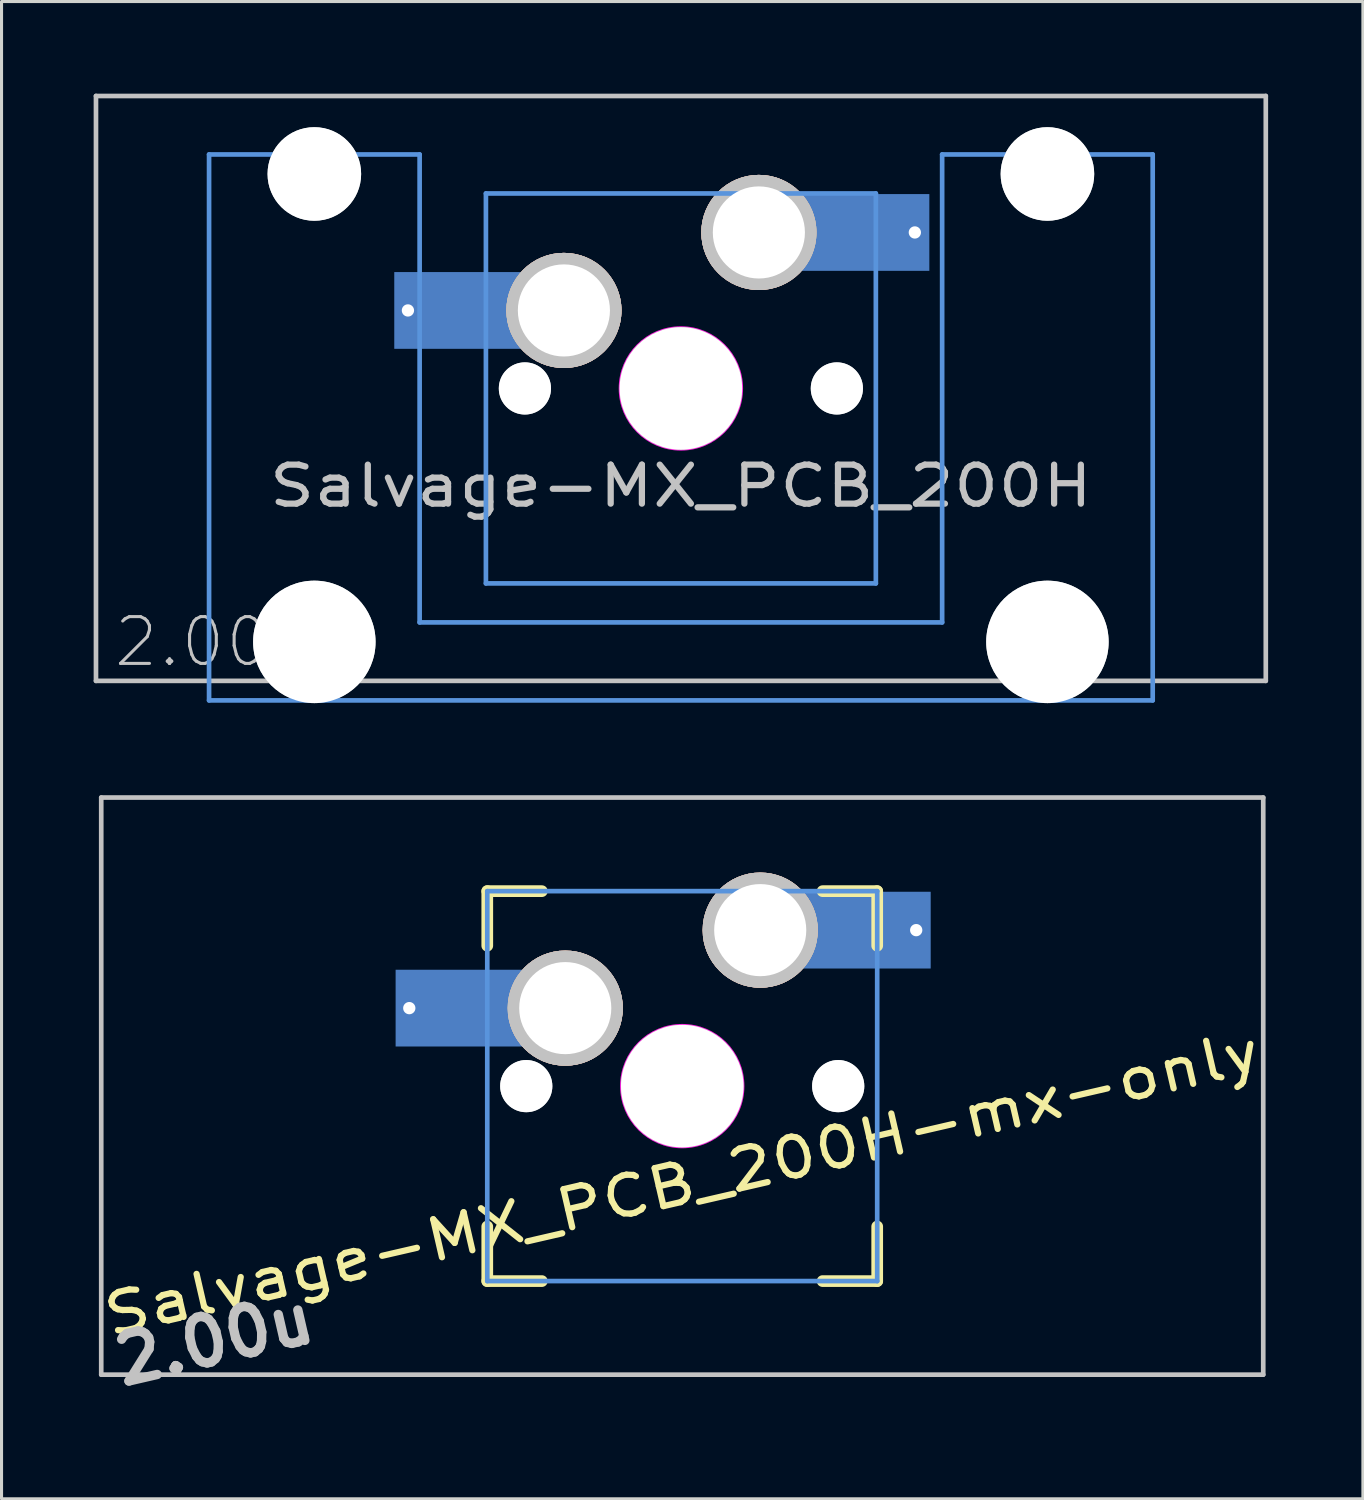
<source format=kicad_pcb>
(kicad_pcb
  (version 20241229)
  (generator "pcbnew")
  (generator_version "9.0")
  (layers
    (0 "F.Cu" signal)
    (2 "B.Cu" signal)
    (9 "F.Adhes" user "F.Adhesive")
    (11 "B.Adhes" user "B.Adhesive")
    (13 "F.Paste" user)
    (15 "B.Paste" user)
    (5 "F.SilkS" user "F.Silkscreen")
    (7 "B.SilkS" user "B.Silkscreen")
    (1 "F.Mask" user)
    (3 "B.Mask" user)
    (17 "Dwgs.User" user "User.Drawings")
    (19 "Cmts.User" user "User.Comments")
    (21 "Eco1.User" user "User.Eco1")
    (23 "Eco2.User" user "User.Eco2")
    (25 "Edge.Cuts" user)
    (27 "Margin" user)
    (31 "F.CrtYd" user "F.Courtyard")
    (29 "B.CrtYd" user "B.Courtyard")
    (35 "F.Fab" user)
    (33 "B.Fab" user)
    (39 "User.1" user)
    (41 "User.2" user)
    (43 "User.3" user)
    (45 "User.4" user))
  (footprint "Salvage-MX_PCB_200H-mx-only"
    (layer "F.Cu")
    (at 19.17 32.324)
    (property "Reference" "Salvage-MX_PCB_200H-mx-only" (at 0 3.175 13) (layer "F.SilkS") (effects (font (size 1.27 1.524) (thickness 0.203))))
    (fp_line (start -6.35 -6.35) (end -4.572 -6.35) (stroke (width 0.381) (type solid)) (layer "F.SilkS"))
    (fp_line (start -6.35 -4.572) (end -6.35 -6.35) (stroke (width 0.381) (type solid)) (layer "F.SilkS"))
    (fp_line (start -6.35 6.35) (end -6.35 4.572) (stroke (width 0.381) (type solid)) (layer "F.SilkS"))
    (fp_line (start -4.572 6.35) (end -6.35 6.35) (stroke (width 0.381) (type solid)) (layer "F.SilkS"))
    (fp_line (start 4.572 -6.35) (end 6.35 -6.35) (stroke (width 0.381) (type solid)) (layer "F.SilkS"))
    (fp_line (start 6.35 -6.35) (end 6.35 -4.572) (stroke (width 0.381) (type solid)) (layer "F.SilkS"))
    (fp_line (start 6.35 4.572) (end 6.35 6.35) (stroke (width 0.381) (type solid)) (layer "F.SilkS"))
    (fp_line (start 6.35 6.35) (end 4.572 6.35) (stroke (width 0.381) (type solid)) (layer "F.SilkS"))
    (fp_line (start -18.923 -9.398) (end 18.923 -9.398) (stroke (width 0.152) (type solid)) (layer "Dwgs.User"))
    (fp_line (start -18.923 9.398) (end -18.923 -9.398) (stroke (width 0.152) (type solid)) (layer "Dwgs.User"))
    (fp_line (start 18.923 -9.398) (end 18.923 9.398) (stroke (width 0.152) (type solid)) (layer "Dwgs.User"))
    (fp_line (start 18.923 9.398) (end -18.923 9.398) (stroke (width 0.152) (type solid)) (layer "Dwgs.User"))
    (fp_line (start -6.35 -6.35) (end 6.35 -6.35) (stroke (width 0.152) (type solid)) (layer "Cmts.User"))
    (fp_line (start -6.35 6.35) (end -6.35 -6.35) (stroke (width 0.152) (type solid)) (layer "Cmts.User"))
    (fp_line (start 6.35 -6.35) (end 6.35 6.35) (stroke (width 0.152) (type solid)) (layer "Cmts.User"))
    (fp_line (start 6.35 6.35) (end -6.35 6.35) (stroke (width 0.152) (type solid)) (layer "Cmts.User"))
    (fp_circle (center 0 0) (end 2 0) (stroke (width 0.05) (type solid)) (fill no) (layer "F.CrtYd"))
    (fp_text user "2.00u" (at -15.24 8.255 13) (layer "Dwgs.User") (effects (font (size 1.524 1.524) (thickness 0.305))))
    (pad "" smd rect (at -7.085 -2.54) (size 2.55 2.5) (layers "B.Mask" "B.Paste"))
    (pad "" np_thru_hole circle (at -5.08 0 13) (size 1.7 1.7) (drill 1.7) (layers "*.Cu" "Dwgs.User"))
    (pad "" np_thru_hole circle (at 0 0 13) (size 3.988 3.988) (drill 3.988) (layers "*.Cu" "Dwgs.User"))
    (pad "" np_thru_hole circle (at 5.08 0 13) (size 1.7 1.7) (drill 1.7) (layers "*.Cu" "Dwgs.User"))
    (pad "" smd rect (at 5.815 -5.08) (size 2.55 2.5) (layers "B.Mask" "B.Paste"))
    (pad "1" thru_hole circle (at 2.54 -5.08) (size 3.75 3.75) (drill 3) (layers "*.Cu" "*.SilkS" "*.Mask" "Dwgs.User"))
    (pad "1" smd rect (at 5.842 -5.08) (size 4.5 2.5) (layers "B.Cu"))
    (pad "1" thru_hole circle (at 7.62 -5.08) (size 0.8 0.8) (drill 0.4) (layers "*.Cu"))
    (pad "2" thru_hole circle (at -8.89 -2.54) (size 0.8 0.8) (drill 0.4) (layers "*.Cu"))
    (pad "2" smd rect (at -7.085 -2.54) (size 4.5 2.5) (layers "B.Cu"))
    (pad "2" thru_hole circle (at -3.81 -2.54) (size 3.75 3.75) (drill 3) (layers "*.Cu" "*.SilkS" "*.Mask" "Dwgs.User")))
  (footprint "Salvage-MX_PCB_200H"
    (layer "F.Cu")
    (at 19.126 9.601)
    (property "Reference" "Salvage-MX_PCB_200H" (at 0 3.175 0) (layer "Dwgs.User") (effects (font (size 1.27 1.524) (thickness 0.203))))
    (fp_line (start -19.05 -9.525) (end 19.05 -9.525) (stroke (width 0.152) (type solid)) (layer "Dwgs.User"))
    (fp_line (start -19.05 9.525) (end -19.05 -9.525) (stroke (width 0.152) (type solid)) (layer "Dwgs.User"))
    (fp_line (start 19.05 -9.525) (end 19.05 9.525) (stroke (width 0.152) (type solid)) (layer "Dwgs.User"))
    (fp_line (start 19.05 9.525) (end -19.05 9.525) (stroke (width 0.152) (type solid)) (layer "Dwgs.User"))
    (fp_line (start -15.367 -7.62) (end -15.367 10.16) (stroke (width 0.152) (type solid)) (layer "Cmts.User"))
    (fp_line (start -15.367 10.16) (end 15.367 10.16) (stroke (width 0.152) (type solid)) (layer "Cmts.User"))
    (fp_line (start -8.509 -7.62) (end -15.367 -7.62) (stroke (width 0.152) (type solid)) (layer "Cmts.User"))
    (fp_line (start -8.509 7.62) (end -8.509 -7.62) (stroke (width 0.152) (type solid)) (layer "Cmts.User"))
    (fp_line (start -6.35 -6.35) (end 6.35 -6.35) (stroke (width 0.152) (type solid)) (layer "Cmts.User"))
    (fp_line (start -6.35 6.35) (end -6.35 -6.35) (stroke (width 0.152) (type solid)) (layer "Cmts.User"))
    (fp_line (start 6.35 -6.35) (end 6.35 6.35) (stroke (width 0.152) (type solid)) (layer "Cmts.User"))
    (fp_line (start 6.35 6.35) (end -6.35 6.35) (stroke (width 0.152) (type solid)) (layer "Cmts.User"))
    (fp_line (start 8.509 -7.62) (end 8.509 7.62) (stroke (width 0.152) (type solid)) (layer "Cmts.User"))
    (fp_line (start 8.509 7.62) (end -8.509 7.62) (stroke (width 0.152) (type solid)) (layer "Cmts.User"))
    (fp_line (start 15.367 -7.62) (end 8.509 -7.62) (stroke (width 0.152) (type solid)) (layer "Cmts.User"))
    (fp_line (start 15.367 10.16) (end 15.367 -7.62) (stroke (width 0.152) (type solid)) (layer "Cmts.User"))
    (fp_curve (pts (xy -15.46 -7.995) (xy -15.46 -7.995) (xy -15.46 8.005) (xy -15.46 8.005)) (stroke (width 0.3) (type solid)) (layer "Eco2.User"))
    (fp_curve (pts (xy -15.46 8.005) (xy -15.46 8.555) (xy -15.01 9.005) (xy -14.46 9.005)) (stroke (width 0.3) (type solid)) (layer "Eco2.User"))
    (fp_curve (pts (xy -14.46 -8.995) (xy -15.01 -8.995) (xy -15.46 -8.545) (xy -15.46 -7.995)) (stroke (width 0.3) (type solid)) (layer "Eco2.User"))
    (fp_curve (pts (xy -14.46 9.005) (xy -14.46 9.005) (xy -9.41 9.005) (xy -9.41 9.005)) (stroke (width 0.3) (type solid)) (layer "Eco2.User"))
    (fp_curve (pts (xy -9.41 -8.995) (xy -9.41 -8.995) (xy -14.46 -8.995) (xy -14.46 -8.995)) (stroke (width 0.3) (type solid)) (layer "Eco2.User"))
    (fp_curve (pts (xy -9.41 9.005) (xy -8.86 9.005) (xy -8.41 8.555) (xy -8.41 8.005)) (stroke (width 0.3) (type solid)) (layer "Eco2.User"))
    (fp_curve (pts (xy -8.41 -7.995) (xy -8.41 -8.545) (xy -8.86 -8.995) (xy -9.41 -8.995)) (stroke (width 0.3) (type solid)) (layer "Eco2.User"))
    (fp_curve (pts (xy -8.41 8.005) (xy -8.41 8.005) (xy -8.41 -7.995) (xy -8.41 -7.995)) (stroke (width 0.3) (type solid)) (layer "Eco2.User"))
    (fp_curve (pts (xy -7 -6.001) (xy -7 -6.551) (xy -6.55 -7.001) (xy -6 -7.001)) (stroke (width 0.3) (type solid)) (layer "Eco2.User"))
    (fp_curve (pts (xy -7 5.999) (xy -7 5.999) (xy -7 -6.001) (xy -7 -6.001)) (stroke (width 0.3) (type solid)) (layer "Eco2.User"))
    (fp_curve (pts (xy -6 -7.001) (xy -6 -7.001) (xy 6 -7.001) (xy 6 -7.001)) (stroke (width 0.3) (type solid)) (layer "Eco2.User"))
    (fp_curve (pts (xy -6 6.999) (xy -6.55 6.999) (xy -7 6.549) (xy -7 5.999)) (stroke (width 0.3) (type solid)) (layer "Eco2.User"))
    (fp_curve (pts (xy 6 -7.001) (xy 6.55 -7.001) (xy 7 -6.551) (xy 7 -6.001)) (stroke (width 0.3) (type solid)) (layer "Eco2.User"))
    (fp_curve (pts (xy 6 6.999) (xy 6 6.999) (xy -6 6.999) (xy -6 6.999)) (stroke (width 0.3) (type solid)) (layer "Eco2.User"))
    (fp_curve (pts (xy 7 -6.001) (xy 7 -6.001) (xy 7 5.999) (xy 7 5.999)) (stroke (width 0.3) (type solid)) (layer "Eco2.User"))
    (fp_curve (pts (xy 7 5.999) (xy 7 6.549) (xy 6.55 6.999) (xy 6 6.999)) (stroke (width 0.3) (type solid)) (layer "Eco2.User"))
    (fp_curve (pts (xy 8.406 -7.995) (xy 8.406 -8.545) (xy 8.856 -8.995) (xy 9.406 -8.995)) (stroke (width 0.3) (type solid)) (layer "Eco2.User"))
    (fp_curve (pts (xy 8.406 8.005) (xy 8.406 8.005) (xy 8.406 -7.995) (xy 8.406 -7.995)) (stroke (width 0.3) (type solid)) (layer "Eco2.User"))
    (fp_curve (pts (xy 9.406 -8.995) (xy 9.406 -8.995) (xy 14.456 -8.995) (xy 14.456 -8.995)) (stroke (width 0.3) (type solid)) (layer "Eco2.User"))
    (fp_curve (pts (xy 9.406 9.005) (xy 8.856 9.005) (xy 8.406 8.555) (xy 8.406 8.005)) (stroke (width 0.3) (type solid)) (layer "Eco2.User"))
    (fp_curve (pts (xy 14.456 -8.995) (xy 15.006 -8.995) (xy 15.456 -8.545) (xy 15.456 -7.995)) (stroke (width 0.3) (type solid)) (layer "Eco2.User"))
    (fp_curve (pts (xy 14.456 9.005) (xy 14.456 9.005) (xy 9.406 9.005) (xy 9.406 9.005)) (stroke (width 0.3) (type solid)) (layer "Eco2.User"))
    (fp_curve (pts (xy 15.456 -7.995) (xy 15.456 -7.995) (xy 15.456 8.005) (xy 15.456 8.005)) (stroke (width 0.3) (type solid)) (layer "Eco2.User"))
    (fp_curve (pts (xy 15.456 8.005) (xy 15.456 8.555) (xy 15.006 9.005) (xy 14.456 9.005)) (stroke (width 0.3) (type solid)) (layer "Eco2.User"))
    (fp_circle (center 0 0) (end 2 0) (stroke (width 0.05) (type solid)) (fill no) (layer "F.CrtYd"))
    (fp_text user "2.00u" (at -15.24 8.255 0) (layer "Dwgs.User") (effects (font (size 1.524 1.524) (thickness 0.1))))
    (pad "" np_thru_hole circle (at -11.938 -6.985) (size 3.048 3.048) (drill 3.048) (layers "*.Cu" "Dwgs.User"))
    (pad "" np_thru_hole circle (at -11.938 8.255) (size 3.988 3.988) (drill 3.988) (layers "*.Cu" "Dwgs.User"))
    (pad "" smd rect (at -7.085 -2.54) (size 2.55 2.5) (layers "B.Mask" "B.Paste"))
    (pad "" np_thru_hole circle (at -5.08 0) (size 1.7 1.7) (drill 1.7) (layers "*.Cu" "Dwgs.User"))
    (pad "" np_thru_hole circle (at 0 0) (size 3.988 3.988) (drill 3.988) (layers "*.Cu" "Dwgs.User"))
    (pad "" np_thru_hole circle (at 5.08 0) (size 1.7 1.7) (drill 1.7) (layers "*.Cu" "Dwgs.User"))
    (pad "" smd rect (at 5.815 -5.08) (size 2.55 2.5) (layers "B.Mask" "B.Paste"))
    (pad "" np_thru_hole circle (at 11.938 -6.985) (size 3.048 3.048) (drill 3.048) (layers "*.Cu" "Dwgs.User"))
    (pad "" np_thru_hole circle (at 11.938 8.255) (size 3.988 3.988) (drill 3.988) (layers "*.Cu" "Dwgs.User"))
    (pad "1" thru_hole circle (at 2.54 -5.08) (size 3.75 3.75) (drill 3) (layers "*.Cu" "*.SilkS" "*.Mask" "Dwgs.User"))
    (pad "1" smd rect (at 5.842 -5.08) (size 4.5 2.5) (layers "B.Cu"))
    (pad "1" thru_hole circle (at 7.62 -5.08) (size 0.8 0.8) (drill 0.4) (layers "*.Cu"))
    (pad "2" thru_hole circle (at -8.89 -2.54) (size 0.8 0.8) (drill 0.4) (layers "*.Cu"))
    (pad "2" smd rect (at -7.085 -2.54) (size 4.5 2.5) (layers "B.Cu"))
    (pad "2" thru_hole circle (at -3.81 -2.54) (size 3.75 3.75) (drill 3) (layers "*.Cu" "*.SilkS" "*.Mask" "Dwgs.User")))
  (gr_rect
    (start -3 -3)
    (end 41.339 45.764)
    (stroke (width 0.1) (type default))
    (fill no)
    (layer "Edge.Cuts")))
</source>
